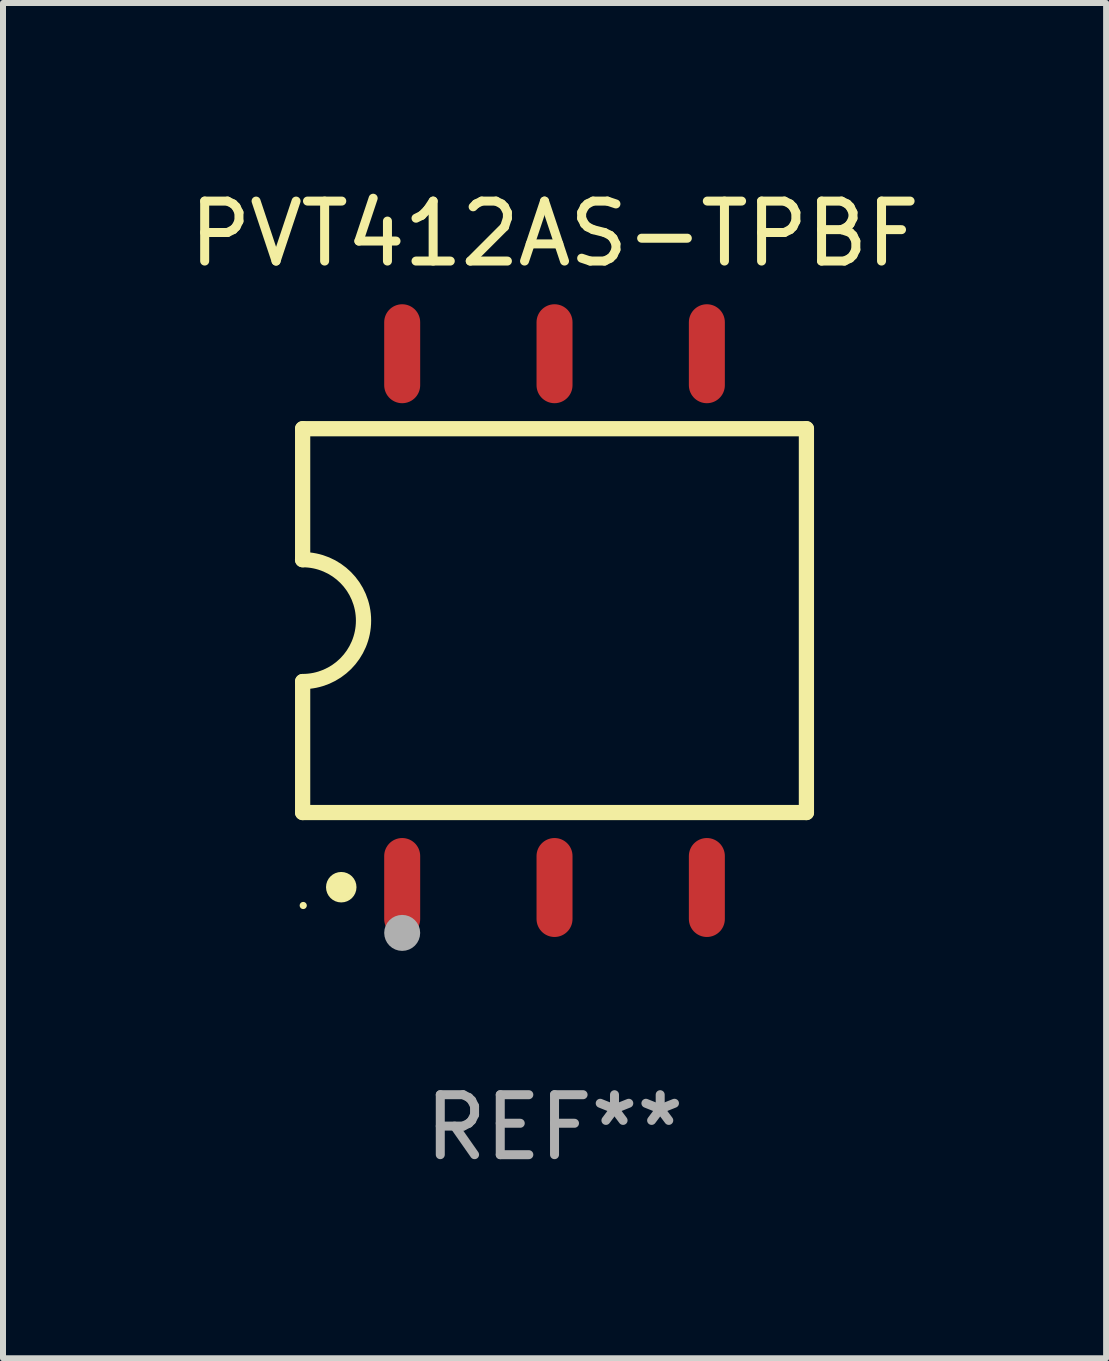
<source format=kicad_pcb>
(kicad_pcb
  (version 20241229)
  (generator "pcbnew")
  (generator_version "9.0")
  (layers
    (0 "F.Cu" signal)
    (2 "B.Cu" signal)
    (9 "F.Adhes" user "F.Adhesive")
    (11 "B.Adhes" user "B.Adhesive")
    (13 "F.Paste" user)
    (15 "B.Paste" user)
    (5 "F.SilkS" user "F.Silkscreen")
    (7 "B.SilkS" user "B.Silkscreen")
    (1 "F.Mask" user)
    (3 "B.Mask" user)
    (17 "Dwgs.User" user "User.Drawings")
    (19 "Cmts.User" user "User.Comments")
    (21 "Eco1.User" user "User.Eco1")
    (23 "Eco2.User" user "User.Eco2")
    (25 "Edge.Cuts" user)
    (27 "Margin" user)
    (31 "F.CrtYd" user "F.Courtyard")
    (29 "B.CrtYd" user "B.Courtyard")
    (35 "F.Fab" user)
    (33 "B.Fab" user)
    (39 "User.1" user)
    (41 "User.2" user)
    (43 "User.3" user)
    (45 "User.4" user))
  (footprint "PVT412AS-TPBF"
    (layer "F.Cu")
    (at 6.196 7.298)
    (property "Reference" "PVT412AS-TPBF" (at 0 -6.45 0) (layer "F.SilkS") (effects (font (size 1 1) (thickness 0.15))))
    (attr through_hole)
    (fp_line (start -4.2 -3.2) (end -4.2 -1.016) (stroke (width 0.254) (type solid)) (layer "F.SilkS"))
    (fp_line (start -4.2 -3.2) (end 4.2 -3.2) (stroke (width 0.254) (type solid)) (layer "F.SilkS"))
    (fp_line (start -4.2 3.2) (end -4.2 1.016) (stroke (width 0.254) (type solid)) (layer "F.SilkS"))
    (fp_line (start 4.2 -3.2) (end 4.2 3.2) (stroke (width 0.254) (type solid)) (layer "F.SilkS"))
    (fp_line (start 4.2 3.2) (end -4.2 3.2) (stroke (width 0.254) (type solid)) (layer "F.SilkS"))
    (fp_arc (start -4.201169 -1.016003) (mid -3.185166 -0.000585) (end -4.2 1.016002) (stroke (width 0.254001) (type solid)) (layer "F.SilkS"))
    (fp_circle (center -4.19 4.75) (end -4.16 4.75) (stroke (width 0.06) (type solid)) (fill no) (layer "F.SilkS"))
    (fp_circle (center -3.556 4.445) (end -3.429 4.445) (stroke (width 0.254) (type solid)) (fill no) (layer "F.SilkS"))
    (fp_circle (center -2.54 5.207) (end -2.39 5.207) (stroke (width 0.3) (type solid)) (fill no) (layer "F.Fab"))
    (fp_text user "REF**" (at 0 8.45 0) (layer "F.Fab") (effects (font (size 1 1) (thickness 0.15))))
    (pad "1" smd oval (at -2.54 4.45 90) (size 1.65 0.6) (layers "F.Cu" "F.Mask" "F.Paste"))
    (pad "2" smd oval (at 0 4.45 90) (size 1.65 0.6) (layers "F.Cu" "F.Mask" "F.Paste"))
    (pad "3" smd oval (at 2.54 4.45 90) (size 1.65 0.6) (layers "F.Cu" "F.Mask" "F.Paste"))
    (pad "4" smd oval (at 2.54 -4.45 90) (size 1.65 0.6) (layers "F.Cu" "F.Mask" "F.Paste"))
    (pad "5" smd oval (at 0 -4.45 90) (size 1.65 0.6) (layers "F.Cu" "F.Mask" "F.Paste"))
    (pad "6" smd oval (at -2.54 -4.45 90) (size 1.65 0.6) (layers "F.Cu" "F.Mask" "F.Paste")))
  (gr_rect
    (start -3 -3)
    (end 15.393 19.597)
    (stroke (width 0.1) (type default))
    (fill no)
    (layer "Edge.Cuts")))
</source>
